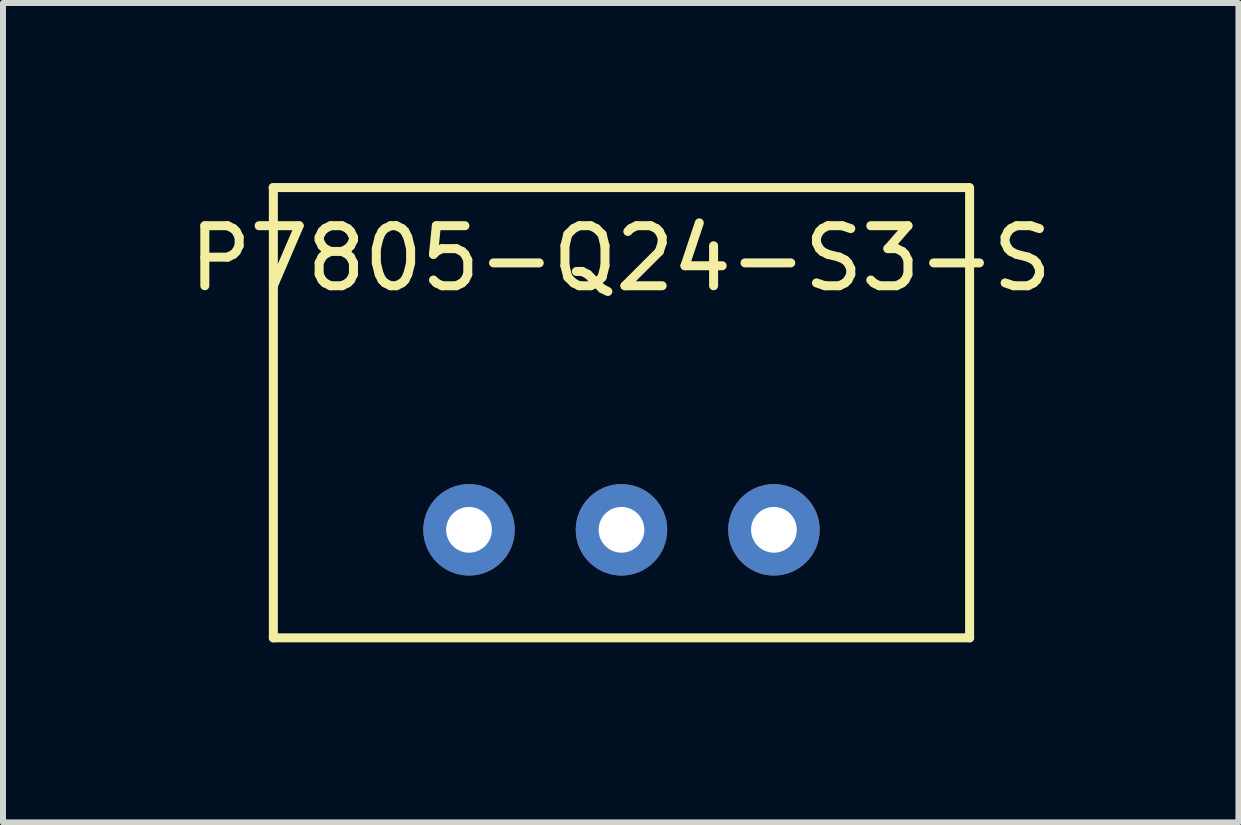
<source format=kicad_pcb>
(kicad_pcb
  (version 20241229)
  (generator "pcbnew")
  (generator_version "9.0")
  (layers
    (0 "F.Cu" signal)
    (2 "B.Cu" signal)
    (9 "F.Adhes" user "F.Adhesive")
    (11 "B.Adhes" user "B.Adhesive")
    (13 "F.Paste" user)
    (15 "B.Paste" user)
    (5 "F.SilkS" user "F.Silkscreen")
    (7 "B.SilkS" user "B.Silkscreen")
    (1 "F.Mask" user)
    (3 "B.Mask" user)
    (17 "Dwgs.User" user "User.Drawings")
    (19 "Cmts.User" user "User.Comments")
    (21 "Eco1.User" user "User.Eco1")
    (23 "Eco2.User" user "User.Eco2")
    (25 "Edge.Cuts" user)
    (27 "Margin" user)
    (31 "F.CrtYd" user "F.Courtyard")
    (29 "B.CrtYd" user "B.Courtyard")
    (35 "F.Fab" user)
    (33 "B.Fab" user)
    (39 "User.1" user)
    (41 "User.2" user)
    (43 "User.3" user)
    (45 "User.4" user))
  (footprint "P7805-Q24-S3-S"
    (layer "F.Cu")
    (at 7.304 5.777)
    (property "Reference" "P7805-Q24-S3-S" (at -0.013 -4.521 0) (layer "F.SilkS") (effects (font (size 1 1) (thickness 0.15))))
    (attr through_hole)
    (fp_line (start -5.804 -5.702) (end 5.791 -5.702) (stroke (width 0.15) (type solid)) (layer "F.SilkS"))
    (fp_line (start -5.8 -5.7) (end -5.8 1.8) (stroke (width 0.15) (type solid)) (layer "F.SilkS"))
    (fp_line (start -5.8 1.8) (end 5.8 1.8) (stroke (width 0.15) (type solid)) (layer "F.SilkS"))
    (fp_line (start 5.8 -5.7) (end 5.8 1.8) (stroke (width 0.15) (type solid)) (layer "F.SilkS"))
    (pad "1" thru_hole circle (at -2.54 0) (size 1.524 1.524) (drill 0.762) (layers "*.Cu" "*.Mask"))
    (pad "2" thru_hole circle (at 0 0) (size 1.524 1.524) (drill 0.762) (layers "*.Cu" "*.Mask"))
    (pad "3" thru_hole circle (at 2.54 0) (size 1.524 1.524) (drill 0.762) (layers "*.Cu" "*.Mask")))
  (gr_rect
    (start -3 -3)
    (end 17.583 10.652)
    (stroke (width 0.1) (type default))
    (fill no)
    (layer "Edge.Cuts")))
</source>
